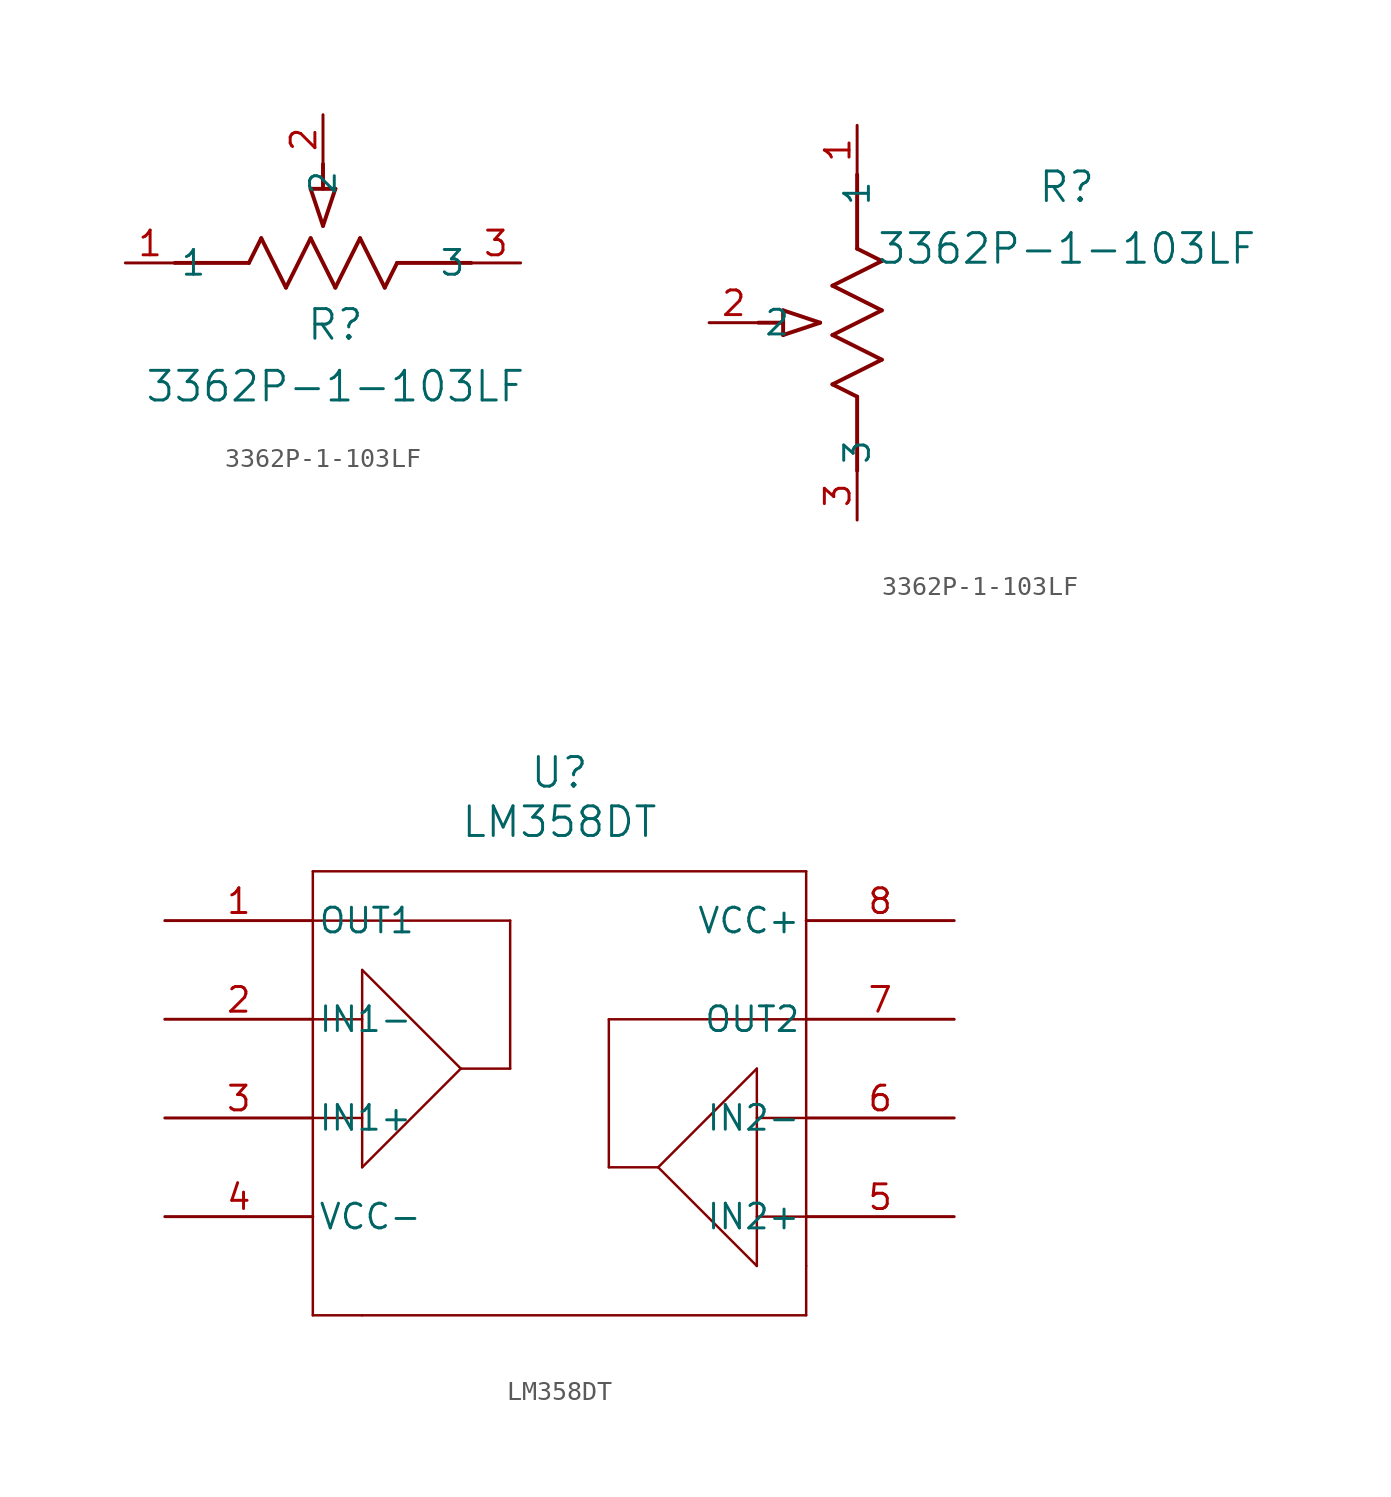
<source format=kicad_sym>
(kicad_symbol_lib
  (version 20241209)
  (generator "kicad_symbol_editor")
  (generator_version "9.0")
  (symbol "3362P-1-103LF"
    (pin_names
      (offset 0.254))
    (property "Reference" "R"
      (at 10.795 -3.175 0)
      (effects (font (size 1.524 1.524))))
    (property "Value" "3362P-1-103LF"
      (at 10.795 -6.35 0)
      (effects (font (size 1.524 1.524))))
    (property "ki_locked" ""
      (at 0 0 0)
      (effects (font (size 1.27 1.27))))
    (symbol "3362P-1-103LF_1_1"
      (polyline (pts (xy 2.54 0) (xy 6.35 0)) (stroke (width 0.203) (type default)) (fill (type none)))
      (polyline (pts (xy 6.35 0) (xy 6.985 1.27)) (stroke (width 0.203) (type default)) (fill (type none)))
      (polyline (pts (xy 6.985 1.27) (xy 8.255 -1.27)) (stroke (width 0.203) (type default)) (fill (type none)))
      (polyline (pts (xy 8.255 -1.27) (xy 9.525 1.27)) (stroke (width 0.203) (type default)) (fill (type none)))
      (polyline (pts (xy 9.525 3.81) (xy 10.16 1.905)) (stroke (width 0.203) (type default)) (fill (type none)))
      (polyline (pts (xy 9.525 3.81) (xy 10.795 3.81)) (stroke (width 0.203) (type default)) (fill (type none)))
      (polyline (pts (xy 9.525 1.27) (xy 10.795 -1.27)) (stroke (width 0.203) (type default)) (fill (type none)))
      (polyline (pts (xy 10.16 3.81) (xy 10.16 5.08)) (stroke (width 0.203) (type default)) (fill (type none)))
      (polyline (pts (xy 10.795 3.81) (xy 10.16 1.905)) (stroke (width 0.203) (type default)) (fill (type none)))
      (polyline (pts (xy 10.795 -1.27) (xy 12.065 1.27)) (stroke (width 0.203) (type default)) (fill (type none)))
      (polyline (pts (xy 12.065 1.27) (xy 13.335 -1.27)) (stroke (width 0.203) (type default)) (fill (type none)))
      (polyline (pts (xy 13.335 -1.27) (xy 13.97 0)) (stroke (width 0.203) (type default)) (fill (type none)))
      (polyline (pts (xy 13.97 0) (xy 17.78 0)) (stroke (width 0.203) (type default)) (fill (type none)))
      (pin unspecified line (at 0 0 0) (length 2.54) (name "1" (effects (font (size 1.27 1.27)))) (number "1" (effects (font (size 1.27 1.27)))))
      (pin unspecified line (at 10.16 7.62 270) (length 2.54) (name "2" (effects (font (size 1.27 1.27)))) (number "2" (effects (font (size 1.27 1.27)))))
      (pin unspecified line (at 20.32 0 180) (length 2.54) (name "3" (effects (font (size 1.27 1.27)))) (number "3" (effects (font (size 1.27 1.27))))))
    (symbol "3362P-1-103LF_1_2"
      (polyline (pts (xy -3.81 -9.525) (xy -1.905 -10.16)) (stroke (width 0.203) (type default)) (fill (type none)))
      (polyline (pts (xy -3.81 -10.16) (xy -5.08 -10.16)) (stroke (width 0.203) (type default)) (fill (type none)))
      (polyline (pts (xy -3.81 -10.795) (xy -3.81 -9.525)) (stroke (width 0.203) (type default)) (fill (type none)))
      (polyline (pts (xy -3.81 -10.795) (xy -1.905 -10.16)) (stroke (width 0.203) (type default)) (fill (type none)))
      (polyline (pts (xy -1.27 -8.255) (xy 1.27 -6.985)) (stroke (width 0.203) (type default)) (fill (type none)))
      (polyline (pts (xy -1.27 -10.795) (xy 1.27 -9.525)) (stroke (width 0.203) (type default)) (fill (type none)))
      (polyline (pts (xy -1.27 -13.335) (xy 1.27 -12.065)) (stroke (width 0.203) (type default)) (fill (type none)))
      (polyline (pts (xy 0 -6.35) (xy 0 -2.54)) (stroke (width 0.203) (type default)) (fill (type none)))
      (polyline (pts (xy 0 -13.97) (xy -1.27 -13.335)) (stroke (width 0.203) (type default)) (fill (type none)))
      (polyline (pts (xy 0 -17.78) (xy 0 -13.97)) (stroke (width 0.203) (type default)) (fill (type none)))
      (polyline (pts (xy 1.27 -6.985) (xy 0 -6.35)) (stroke (width 0.203) (type default)) (fill (type none)))
      (polyline (pts (xy 1.27 -9.525) (xy -1.27 -8.255)) (stroke (width 0.203) (type default)) (fill (type none)))
      (polyline (pts (xy 1.27 -12.065) (xy -1.27 -10.795)) (stroke (width 0.203) (type default)) (fill (type none)))
      (pin unspecified line (at -7.62 -10.16 0) (length 2.54) (name "2" (effects (font (size 1.27 1.27)))) (number "2" (effects (font (size 1.27 1.27)))))
      (pin unspecified line (at 0 0 270) (length 2.54) (name "1" (effects (font (size 1.27 1.27)))) (number "1" (effects (font (size 1.27 1.27)))))
      (pin unspecified line (at 0 -20.32 90) (length 2.54) (name "3" (effects (font (size 1.27 1.27)))) (number "3" (effects (font (size 1.27 1.27)))))))
  (symbol "LM358DT"
    (pin_names
      (offset 0.254))
    (property "Reference" "U"
      (at 20.32 7.62 0)
      (effects (font (size 1.524 1.524))))
    (property "Value" "LM358DT"
      (at 20.32 5.08 0)
      (effects (font (size 1.524 1.524))))
    (property "ki_locked" ""
      (at 0 0 0)
      (effects (font (size 1.27 1.27))))
    (symbol "LM358DT_0_1"
      (polyline (pts (xy 7.62 2.54) (xy 7.62 -20.32)) (stroke (width 0.127) (type default)) (fill (type none)))
      (polyline (pts (xy 7.62 0) (xy 17.78 0)) (stroke (width 0.127) (type default)) (fill (type none)))
      (polyline (pts (xy 7.62 -20.32) (xy 10.16 -20.32)) (stroke (width 0.127) (type default)) (fill (type none)))
      (polyline (pts (xy 10.16 -2.54) (xy 10.16 -12.7)) (stroke (width 0.127) (type default)) (fill (type none)))
      (polyline (pts (xy 10.16 -5.08) (xy 7.62 -5.08)) (stroke (width 0.127) (type default)) (fill (type none)))
      (polyline (pts (xy 10.16 -10.16) (xy 7.62 -10.16)) (stroke (width 0.127) (type default)) (fill (type none)))
      (polyline (pts (xy 10.16 -12.7) (xy 15.24 -7.62)) (stroke (width 0.127) (type default)) (fill (type none)))
      (polyline (pts (xy 10.16 -20.32) (xy 33.02 -20.32)) (stroke (width 0.127) (type default)) (fill (type none)))
      (polyline (pts (xy 15.24 -7.62) (xy 10.16 -2.54)) (stroke (width 0.127) (type default)) (fill (type none)))
      (polyline (pts (xy 17.78 0) (xy 17.78 -7.62)) (stroke (width 0.127) (type default)) (fill (type none)))
      (polyline (pts (xy 17.78 -7.62) (xy 15.24 -7.62)) (stroke (width 0.127) (type default)) (fill (type none)))
      (polyline (pts (xy 22.86 -5.08) (xy 33.02 -5.08)) (stroke (width 0.127) (type default)) (fill (type none)))
      (polyline (pts (xy 22.86 -12.7) (xy 22.86 -5.08)) (stroke (width 0.127) (type default)) (fill (type none)))
      (polyline (pts (xy 25.4 -12.7) (xy 22.86 -12.7)) (stroke (width 0.127) (type default)) (fill (type none)))
      (polyline (pts (xy 25.4 -12.7) (xy 30.48 -17.78)) (stroke (width 0.127) (type default)) (fill (type none)))
      (polyline (pts (xy 30.48 -7.62) (xy 25.4 -12.7)) (stroke (width 0.127) (type default)) (fill (type none)))
      (polyline (pts (xy 30.48 -17.78) (xy 30.48 -7.62)) (stroke (width 0.127) (type default)) (fill (type none)))
      (polyline (pts (xy 33.02 2.54) (xy 7.62 2.54)) (stroke (width 0.127) (type default)) (fill (type none)))
      (polyline (pts (xy 33.02 -10.16) (xy 30.48 -10.16)) (stroke (width 0.127) (type default)) (fill (type none)))
      (polyline (pts (xy 33.02 -15.24) (xy 30.48 -15.24)) (stroke (width 0.127) (type default)) (fill (type none)))
      (polyline (pts (xy 33.02 -17.78) (xy 33.02 2.54)) (stroke (width 0.127) (type default)) (fill (type none)))
      (polyline (pts (xy 33.02 -17.78) (xy 33.02 -20.32)) (stroke (width 0.127) (type default)) (fill (type none)))
      (pin output line (at 0 0 0) (length 7.62) (name "OUT1" (effects (font (size 1.27 1.27)))) (number "1" (effects (font (size 1.27 1.27)))))
      (pin input line (at 0 -5.08 0) (length 7.62) (name "IN1-" (effects (font (size 1.27 1.27)))) (number "2" (effects (font (size 1.27 1.27)))))
      (pin input line (at 0 -10.16 0) (length 7.62) (name "IN1+" (effects (font (size 1.27 1.27)))) (number "3" (effects (font (size 1.27 1.27)))))
      (pin power_in line (at 0 -15.24 0) (length 7.62) (name "VCC-" (effects (font (size 1.27 1.27)))) (number "4" (effects (font (size 1.27 1.27)))))
      (pin power_in line (at 40.64 0 180) (length 7.62) (name "VCC+" (effects (font (size 1.27 1.27)))) (number "8" (effects (font (size 1.27 1.27)))))
      (pin output line (at 40.64 -5.08 180) (length 7.62) (name "OUT2" (effects (font (size 1.27 1.27)))) (number "7" (effects (font (size 1.27 1.27)))))
      (pin input line (at 40.64 -10.16 180) (length 7.62) (name "IN2-" (effects (font (size 1.27 1.27)))) (number "6" (effects (font (size 1.27 1.27)))))
      (pin input line (at 40.64 -15.24 180) (length 7.62) (name "IN2+" (effects (font (size 1.27 1.27)))) (number "5" (effects (font (size 1.27 1.27))))))))
</source>
